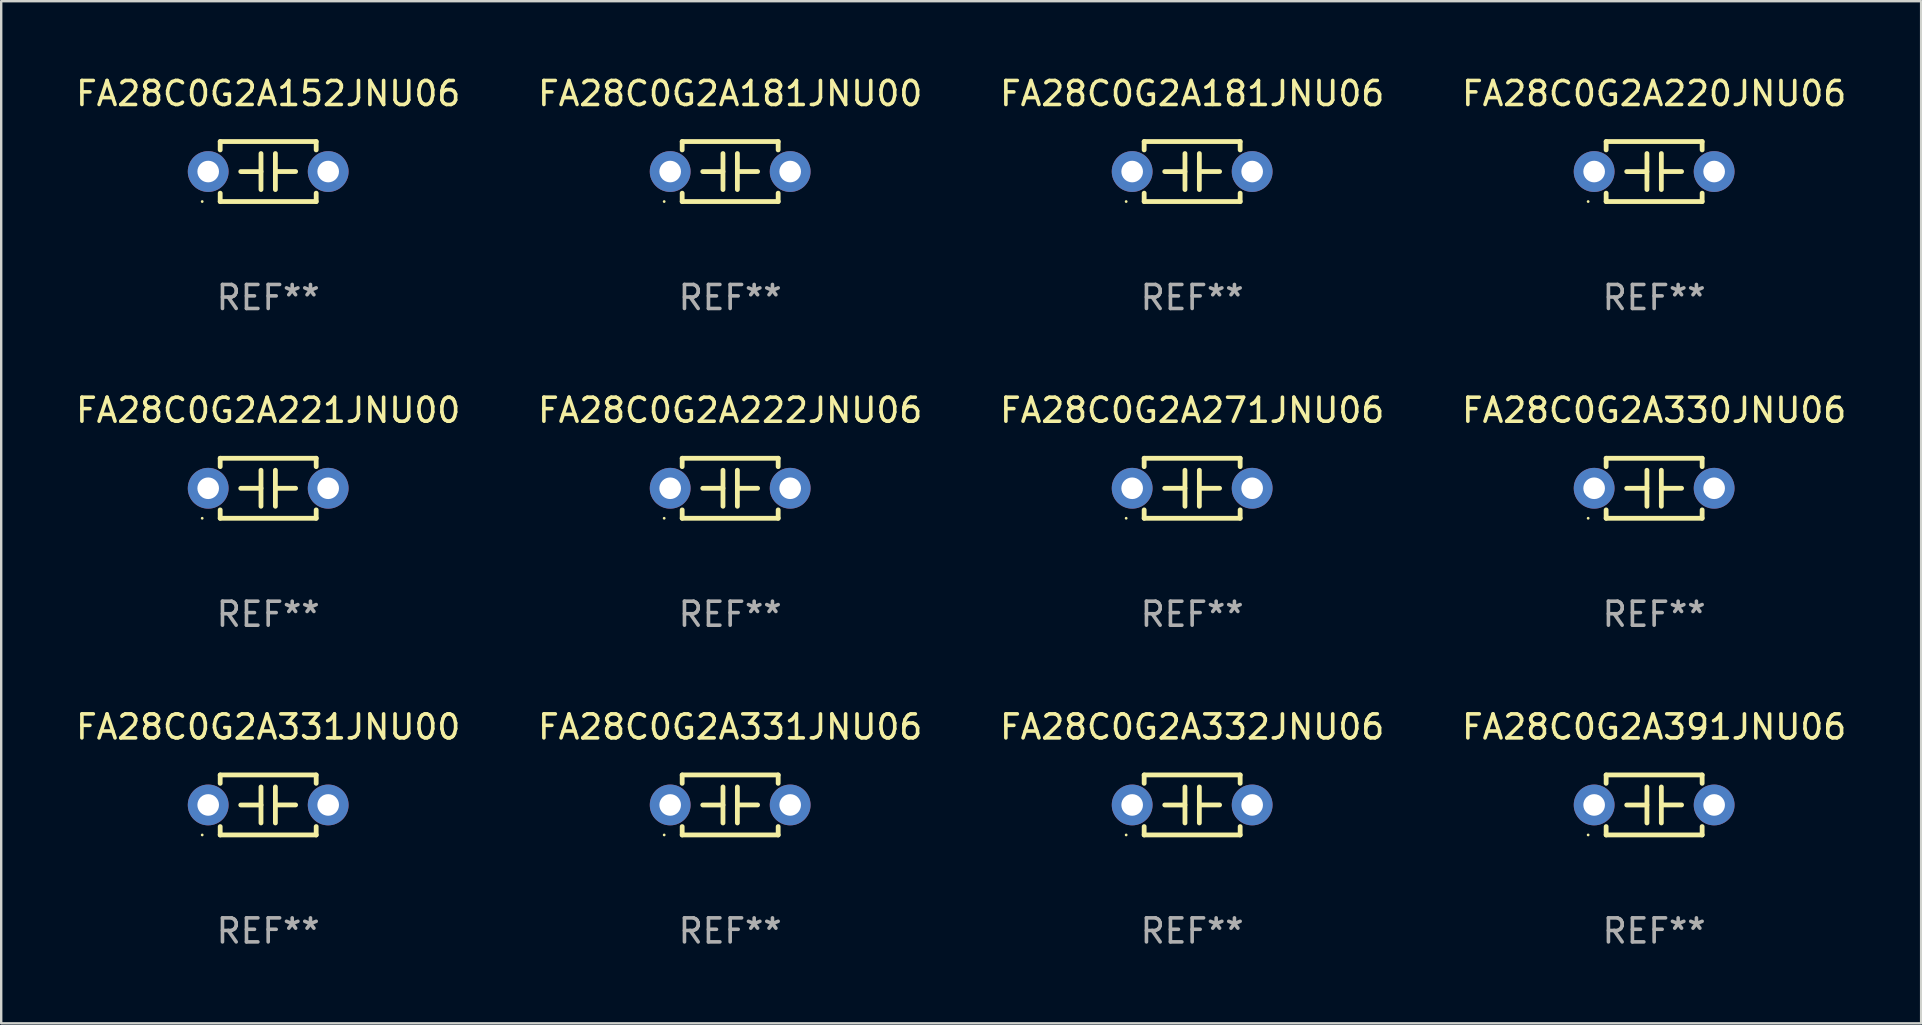
<source format=kicad_pcb>
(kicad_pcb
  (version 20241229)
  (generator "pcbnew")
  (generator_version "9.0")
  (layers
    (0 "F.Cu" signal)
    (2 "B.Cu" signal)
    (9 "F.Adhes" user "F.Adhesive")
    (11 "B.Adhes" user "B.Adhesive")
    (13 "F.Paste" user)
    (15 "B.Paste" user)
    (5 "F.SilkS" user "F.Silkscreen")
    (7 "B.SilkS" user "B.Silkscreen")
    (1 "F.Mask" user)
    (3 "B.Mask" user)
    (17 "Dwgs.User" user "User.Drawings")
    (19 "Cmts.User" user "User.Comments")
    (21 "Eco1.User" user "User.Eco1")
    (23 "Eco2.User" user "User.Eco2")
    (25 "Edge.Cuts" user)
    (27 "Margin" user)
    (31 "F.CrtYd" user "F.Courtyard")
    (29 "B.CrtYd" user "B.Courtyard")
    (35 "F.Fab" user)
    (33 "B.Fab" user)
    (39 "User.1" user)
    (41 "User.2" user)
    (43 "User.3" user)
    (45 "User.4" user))
  (footprint "FA28C0G2A221JNU00"
    (layer "F.Cu")
    (at 8.125 17.295)
    (property "Reference" "FA28C0G2A221JNU00" (at 0 -3.25 0) (layer "F.SilkS") (effects (font (size 1 1) (thickness 0.15))))
    (attr through_hole)
    (fp_line (start -2 -1.25) (end -2 -0.901) (stroke (width 0.2) (type solid)) (layer "F.SilkS"))
    (fp_line (start -2 -1.25) (end 2 -1.25) (stroke (width 0.2) (type solid)) (layer "F.SilkS"))
    (fp_line (start -2 0.901) (end -2 1.25) (stroke (width 0.2) (type solid)) (layer "F.SilkS"))
    (fp_line (start -0.3 -0.75) (end -0.3 0.75) (stroke (width 0.2) (type solid)) (layer "F.SilkS"))
    (fp_line (start -0.3 0.001) (end -1.143 0.001) (stroke (width 0.2) (type solid)) (layer "F.SilkS"))
    (fp_line (start 0.3 -0.001) (end 1.143 -0.001) (stroke (width 0.2) (type solid)) (layer "F.SilkS"))
    (fp_line (start 0.3 0.75) (end 0.3 -0.75) (stroke (width 0.2) (type solid)) (layer "F.SilkS"))
    (fp_line (start 2 -1.25) (end 2 -0.901) (stroke (width 0.2) (type solid)) (layer "F.SilkS"))
    (fp_line (start 2 0.901) (end 2 1.25) (stroke (width 0.2) (type solid)) (layer "F.SilkS"))
    (fp_line (start 2 1.25) (end -2 1.25) (stroke (width 0.2) (type solid)) (layer "F.SilkS"))
    (fp_circle (center -2.75 1.25) (end -2.72 1.25) (stroke (width 0.06) (type solid)) (fill no) (layer "F.SilkS"))
    (fp_text user "REF**" (at 0 5.25 0) (layer "F.Fab") (effects (font (size 1 1) (thickness 0.15))))
    (pad "1" thru_hole circle (at -2.5 0) (size 1.7 1.7) (drill 0.9) (layers "*.Cu" "*.Mask"))
    (pad "2" thru_hole circle (at 2.5 0) (size 1.7 1.7) (drill 0.9) (layers "*.Cu" "*.Mask")))
  (footprint "FA28C0G2A330JNU06"
    (layer "F.Cu")
    (at 65.875 17.295)
    (property "Reference" "FA28C0G2A330JNU06" (at 0 -3.25 0) (layer "F.SilkS") (effects (font (size 1 1) (thickness 0.15))))
    (attr through_hole)
    (fp_line (start -2 -1.25) (end -2 -0.901) (stroke (width 0.2) (type solid)) (layer "F.SilkS"))
    (fp_line (start -2 -1.25) (end 2 -1.25) (stroke (width 0.2) (type solid)) (layer "F.SilkS"))
    (fp_line (start -2 0.901) (end -2 1.25) (stroke (width 0.2) (type solid)) (layer "F.SilkS"))
    (fp_line (start -0.3 -0.75) (end -0.3 0.75) (stroke (width 0.2) (type solid)) (layer "F.SilkS"))
    (fp_line (start -0.3 0.001) (end -1.143 0.001) (stroke (width 0.2) (type solid)) (layer "F.SilkS"))
    (fp_line (start 0.3 -0.001) (end 1.143 -0.001) (stroke (width 0.2) (type solid)) (layer "F.SilkS"))
    (fp_line (start 0.3 0.75) (end 0.3 -0.75) (stroke (width 0.2) (type solid)) (layer "F.SilkS"))
    (fp_line (start 2 -1.25) (end 2 -0.901) (stroke (width 0.2) (type solid)) (layer "F.SilkS"))
    (fp_line (start 2 0.901) (end 2 1.25) (stroke (width 0.2) (type solid)) (layer "F.SilkS"))
    (fp_line (start 2 1.25) (end -2 1.25) (stroke (width 0.2) (type solid)) (layer "F.SilkS"))
    (fp_circle (center -2.75 1.25) (end -2.72 1.25) (stroke (width 0.06) (type solid)) (fill no) (layer "F.SilkS"))
    (fp_text user "REF**" (at 0 5.25 0) (layer "F.Fab") (effects (font (size 1 1) (thickness 0.15))))
    (pad "1" thru_hole circle (at -2.5 0) (size 1.7 1.7) (drill 0.9) (layers "*.Cu" "*.Mask"))
    (pad "2" thru_hole circle (at 2.5 0) (size 1.7 1.7) (drill 0.9) (layers "*.Cu" "*.Mask")))
  (footprint "FA28C0G2A181JNU00"
    (layer "F.Cu")
    (at 27.375 4.098)
    (property "Reference" "FA28C0G2A181JNU00" (at 0 -3.25 0) (layer "F.SilkS") (effects (font (size 1 1) (thickness 0.15))))
    (attr through_hole)
    (fp_line (start -2 -1.25) (end -2 -0.901) (stroke (width 0.2) (type solid)) (layer "F.SilkS"))
    (fp_line (start -2 -1.25) (end 2 -1.25) (stroke (width 0.2) (type solid)) (layer "F.SilkS"))
    (fp_line (start -2 0.901) (end -2 1.25) (stroke (width 0.2) (type solid)) (layer "F.SilkS"))
    (fp_line (start -0.3 -0.75) (end -0.3 0.75) (stroke (width 0.2) (type solid)) (layer "F.SilkS"))
    (fp_line (start -0.3 0.001) (end -1.143 0.001) (stroke (width 0.2) (type solid)) (layer "F.SilkS"))
    (fp_line (start 0.3 -0.001) (end 1.143 -0.001) (stroke (width 0.2) (type solid)) (layer "F.SilkS"))
    (fp_line (start 0.3 0.75) (end 0.3 -0.75) (stroke (width 0.2) (type solid)) (layer "F.SilkS"))
    (fp_line (start 2 -1.25) (end 2 -0.901) (stroke (width 0.2) (type solid)) (layer "F.SilkS"))
    (fp_line (start 2 0.901) (end 2 1.25) (stroke (width 0.2) (type solid)) (layer "F.SilkS"))
    (fp_line (start 2 1.25) (end -2 1.25) (stroke (width 0.2) (type solid)) (layer "F.SilkS"))
    (fp_circle (center -2.75 1.25) (end -2.72 1.25) (stroke (width 0.06) (type solid)) (fill no) (layer "F.SilkS"))
    (fp_text user "REF**" (at 0 5.25 0) (layer "F.Fab") (effects (font (size 1 1) (thickness 0.15))))
    (pad "1" thru_hole circle (at -2.5 0) (size 1.7 1.7) (drill 0.9) (layers "*.Cu" "*.Mask"))
    (pad "2" thru_hole circle (at 2.5 0) (size 1.7 1.7) (drill 0.9) (layers "*.Cu" "*.Mask")))
  (footprint "FA28C0G2A271JNU06"
    (layer "F.Cu")
    (at 46.625 17.295)
    (property "Reference" "FA28C0G2A271JNU06" (at 0 -3.25 0) (layer "F.SilkS") (effects (font (size 1 1) (thickness 0.15))))
    (attr through_hole)
    (fp_line (start -2 -1.25) (end -2 -0.901) (stroke (width 0.2) (type solid)) (layer "F.SilkS"))
    (fp_line (start -2 -1.25) (end 2 -1.25) (stroke (width 0.2) (type solid)) (layer "F.SilkS"))
    (fp_line (start -2 0.901) (end -2 1.25) (stroke (width 0.2) (type solid)) (layer "F.SilkS"))
    (fp_line (start -0.3 -0.75) (end -0.3 0.75) (stroke (width 0.2) (type solid)) (layer "F.SilkS"))
    (fp_line (start -0.3 0.001) (end -1.143 0.001) (stroke (width 0.2) (type solid)) (layer "F.SilkS"))
    (fp_line (start 0.3 -0.001) (end 1.143 -0.001) (stroke (width 0.2) (type solid)) (layer "F.SilkS"))
    (fp_line (start 0.3 0.75) (end 0.3 -0.75) (stroke (width 0.2) (type solid)) (layer "F.SilkS"))
    (fp_line (start 2 -1.25) (end 2 -0.901) (stroke (width 0.2) (type solid)) (layer "F.SilkS"))
    (fp_line (start 2 0.901) (end 2 1.25) (stroke (width 0.2) (type solid)) (layer "F.SilkS"))
    (fp_line (start 2 1.25) (end -2 1.25) (stroke (width 0.2) (type solid)) (layer "F.SilkS"))
    (fp_circle (center -2.75 1.25) (end -2.72 1.25) (stroke (width 0.06) (type solid)) (fill no) (layer "F.SilkS"))
    (fp_text user "REF**" (at 0 5.25 0) (layer "F.Fab") (effects (font (size 1 1) (thickness 0.15))))
    (pad "1" thru_hole circle (at -2.5 0) (size 1.7 1.7) (drill 0.9) (layers "*.Cu" "*.Mask"))
    (pad "2" thru_hole circle (at 2.5 0) (size 1.7 1.7) (drill 0.9) (layers "*.Cu" "*.Mask")))
  (footprint "FA28C0G2A391JNU06"
    (layer "F.Cu")
    (at 65.875 30.491)
    (property "Reference" "FA28C0G2A391JNU06" (at 0 -3.25 0) (layer "F.SilkS") (effects (font (size 1 1) (thickness 0.15))))
    (attr through_hole)
    (fp_line (start -2 -1.25) (end -2 -0.901) (stroke (width 0.2) (type solid)) (layer "F.SilkS"))
    (fp_line (start -2 -1.25) (end 2 -1.25) (stroke (width 0.2) (type solid)) (layer "F.SilkS"))
    (fp_line (start -2 0.901) (end -2 1.25) (stroke (width 0.2) (type solid)) (layer "F.SilkS"))
    (fp_line (start -0.3 -0.75) (end -0.3 0.75) (stroke (width 0.2) (type solid)) (layer "F.SilkS"))
    (fp_line (start -0.3 0.001) (end -1.143 0.001) (stroke (width 0.2) (type solid)) (layer "F.SilkS"))
    (fp_line (start 0.3 -0.001) (end 1.143 -0.001) (stroke (width 0.2) (type solid)) (layer "F.SilkS"))
    (fp_line (start 0.3 0.75) (end 0.3 -0.75) (stroke (width 0.2) (type solid)) (layer "F.SilkS"))
    (fp_line (start 2 -1.25) (end 2 -0.901) (stroke (width 0.2) (type solid)) (layer "F.SilkS"))
    (fp_line (start 2 0.901) (end 2 1.25) (stroke (width 0.2) (type solid)) (layer "F.SilkS"))
    (fp_line (start 2 1.25) (end -2 1.25) (stroke (width 0.2) (type solid)) (layer "F.SilkS"))
    (fp_circle (center -2.75 1.25) (end -2.72 1.25) (stroke (width 0.06) (type solid)) (fill no) (layer "F.SilkS"))
    (fp_text user "REF**" (at 0 5.25 0) (layer "F.Fab") (effects (font (size 1 1) (thickness 0.15))))
    (pad "1" thru_hole circle (at -2.5 0) (size 1.7 1.7) (drill 0.9) (layers "*.Cu" "*.Mask"))
    (pad "2" thru_hole circle (at 2.5 0) (size 1.7 1.7) (drill 0.9) (layers "*.Cu" "*.Mask")))
  (footprint "FA28C0G2A331JNU00"
    (layer "F.Cu")
    (at 8.125 30.491)
    (property "Reference" "FA28C0G2A331JNU00" (at 0 -3.25 0) (layer "F.SilkS") (effects (font (size 1 1) (thickness 0.15))))
    (attr through_hole)
    (fp_line (start -2 -1.25) (end -2 -0.901) (stroke (width 0.2) (type solid)) (layer "F.SilkS"))
    (fp_line (start -2 -1.25) (end 2 -1.25) (stroke (width 0.2) (type solid)) (layer "F.SilkS"))
    (fp_line (start -2 0.901) (end -2 1.25) (stroke (width 0.2) (type solid)) (layer "F.SilkS"))
    (fp_line (start -0.3 -0.75) (end -0.3 0.75) (stroke (width 0.2) (type solid)) (layer "F.SilkS"))
    (fp_line (start -0.3 0.001) (end -1.143 0.001) (stroke (width 0.2) (type solid)) (layer "F.SilkS"))
    (fp_line (start 0.3 -0.001) (end 1.143 -0.001) (stroke (width 0.2) (type solid)) (layer "F.SilkS"))
    (fp_line (start 0.3 0.75) (end 0.3 -0.75) (stroke (width 0.2) (type solid)) (layer "F.SilkS"))
    (fp_line (start 2 -1.25) (end 2 -0.901) (stroke (width 0.2) (type solid)) (layer "F.SilkS"))
    (fp_line (start 2 0.901) (end 2 1.25) (stroke (width 0.2) (type solid)) (layer "F.SilkS"))
    (fp_line (start 2 1.25) (end -2 1.25) (stroke (width 0.2) (type solid)) (layer "F.SilkS"))
    (fp_circle (center -2.75 1.25) (end -2.72 1.25) (stroke (width 0.06) (type solid)) (fill no) (layer "F.SilkS"))
    (fp_text user "REF**" (at 0 5.25 0) (layer "F.Fab") (effects (font (size 1 1) (thickness 0.15))))
    (pad "1" thru_hole circle (at -2.5 0) (size 1.7 1.7) (drill 0.9) (layers "*.Cu" "*.Mask"))
    (pad "2" thru_hole circle (at 2.5 0) (size 1.7 1.7) (drill 0.9) (layers "*.Cu" "*.Mask")))
  (footprint "FA28C0G2A181JNU06"
    (layer "F.Cu")
    (at 46.625 4.098)
    (property "Reference" "FA28C0G2A181JNU06" (at 0 -3.25 0) (layer "F.SilkS") (effects (font (size 1 1) (thickness 0.15))))
    (attr through_hole)
    (fp_line (start -2 -1.25) (end -2 -0.901) (stroke (width 0.2) (type solid)) (layer "F.SilkS"))
    (fp_line (start -2 -1.25) (end 2 -1.25) (stroke (width 0.2) (type solid)) (layer "F.SilkS"))
    (fp_line (start -2 0.901) (end -2 1.25) (stroke (width 0.2) (type solid)) (layer "F.SilkS"))
    (fp_line (start -0.3 -0.75) (end -0.3 0.75) (stroke (width 0.2) (type solid)) (layer "F.SilkS"))
    (fp_line (start -0.3 0.001) (end -1.143 0.001) (stroke (width 0.2) (type solid)) (layer "F.SilkS"))
    (fp_line (start 0.3 -0.001) (end 1.143 -0.001) (stroke (width 0.2) (type solid)) (layer "F.SilkS"))
    (fp_line (start 0.3 0.75) (end 0.3 -0.75) (stroke (width 0.2) (type solid)) (layer "F.SilkS"))
    (fp_line (start 2 -1.25) (end 2 -0.901) (stroke (width 0.2) (type solid)) (layer "F.SilkS"))
    (fp_line (start 2 0.901) (end 2 1.25) (stroke (width 0.2) (type solid)) (layer "F.SilkS"))
    (fp_line (start 2 1.25) (end -2 1.25) (stroke (width 0.2) (type solid)) (layer "F.SilkS"))
    (fp_circle (center -2.75 1.25) (end -2.72 1.25) (stroke (width 0.06) (type solid)) (fill no) (layer "F.SilkS"))
    (fp_text user "REF**" (at 0 5.25 0) (layer "F.Fab") (effects (font (size 1 1) (thickness 0.15))))
    (pad "1" thru_hole circle (at -2.5 0) (size 1.7 1.7) (drill 0.9) (layers "*.Cu" "*.Mask"))
    (pad "2" thru_hole circle (at 2.5 0) (size 1.7 1.7) (drill 0.9) (layers "*.Cu" "*.Mask")))
  (footprint "FA28C0G2A332JNU06"
    (layer "F.Cu")
    (at 46.625 30.491)
    (property "Reference" "FA28C0G2A332JNU06" (at 0 -3.25 0) (layer "F.SilkS") (effects (font (size 1 1) (thickness 0.15))))
    (attr through_hole)
    (fp_line (start -2 -1.25) (end -2 -0.901) (stroke (width 0.2) (type solid)) (layer "F.SilkS"))
    (fp_line (start -2 -1.25) (end 2 -1.25) (stroke (width 0.2) (type solid)) (layer "F.SilkS"))
    (fp_line (start -2 0.901) (end -2 1.25) (stroke (width 0.2) (type solid)) (layer "F.SilkS"))
    (fp_line (start -0.3 -0.75) (end -0.3 0.75) (stroke (width 0.2) (type solid)) (layer "F.SilkS"))
    (fp_line (start -0.3 0.001) (end -1.143 0.001) (stroke (width 0.2) (type solid)) (layer "F.SilkS"))
    (fp_line (start 0.3 -0.001) (end 1.143 -0.001) (stroke (width 0.2) (type solid)) (layer "F.SilkS"))
    (fp_line (start 0.3 0.75) (end 0.3 -0.75) (stroke (width 0.2) (type solid)) (layer "F.SilkS"))
    (fp_line (start 2 -1.25) (end 2 -0.901) (stroke (width 0.2) (type solid)) (layer "F.SilkS"))
    (fp_line (start 2 0.901) (end 2 1.25) (stroke (width 0.2) (type solid)) (layer "F.SilkS"))
    (fp_line (start 2 1.25) (end -2 1.25) (stroke (width 0.2) (type solid)) (layer "F.SilkS"))
    (fp_circle (center -2.75 1.25) (end -2.72 1.25) (stroke (width 0.06) (type solid)) (fill no) (layer "F.SilkS"))
    (fp_text user "REF**" (at 0 5.25 0) (layer "F.Fab") (effects (font (size 1 1) (thickness 0.15))))
    (pad "1" thru_hole circle (at -2.5 0) (size 1.7 1.7) (drill 0.9) (layers "*.Cu" "*.Mask"))
    (pad "2" thru_hole circle (at 2.5 0) (size 1.7 1.7) (drill 0.9) (layers "*.Cu" "*.Mask")))
  (footprint "FA28C0G2A331JNU06"
    (layer "F.Cu")
    (at 27.375 30.491)
    (property "Reference" "FA28C0G2A331JNU06" (at 0 -3.25 0) (layer "F.SilkS") (effects (font (size 1 1) (thickness 0.15))))
    (attr through_hole)
    (fp_line (start -2 -1.25) (end -2 -0.901) (stroke (width 0.2) (type solid)) (layer "F.SilkS"))
    (fp_line (start -2 -1.25) (end 2 -1.25) (stroke (width 0.2) (type solid)) (layer "F.SilkS"))
    (fp_line (start -2 0.901) (end -2 1.25) (stroke (width 0.2) (type solid)) (layer "F.SilkS"))
    (fp_line (start -0.3 -0.75) (end -0.3 0.75) (stroke (width 0.2) (type solid)) (layer "F.SilkS"))
    (fp_line (start -0.3 0.001) (end -1.143 0.001) (stroke (width 0.2) (type solid)) (layer "F.SilkS"))
    (fp_line (start 0.3 -0.001) (end 1.143 -0.001) (stroke (width 0.2) (type solid)) (layer "F.SilkS"))
    (fp_line (start 0.3 0.75) (end 0.3 -0.75) (stroke (width 0.2) (type solid)) (layer "F.SilkS"))
    (fp_line (start 2 -1.25) (end 2 -0.901) (stroke (width 0.2) (type solid)) (layer "F.SilkS"))
    (fp_line (start 2 0.901) (end 2 1.25) (stroke (width 0.2) (type solid)) (layer "F.SilkS"))
    (fp_line (start 2 1.25) (end -2 1.25) (stroke (width 0.2) (type solid)) (layer "F.SilkS"))
    (fp_circle (center -2.75 1.25) (end -2.72 1.25) (stroke (width 0.06) (type solid)) (fill no) (layer "F.SilkS"))
    (fp_text user "REF**" (at 0 5.25 0) (layer "F.Fab") (effects (font (size 1 1) (thickness 0.15))))
    (pad "1" thru_hole circle (at -2.5 0) (size 1.7 1.7) (drill 0.9) (layers "*.Cu" "*.Mask"))
    (pad "2" thru_hole circle (at 2.5 0) (size 1.7 1.7) (drill 0.9) (layers "*.Cu" "*.Mask")))
  (footprint "FA28C0G2A152JNU06"
    (layer "F.Cu")
    (at 8.125 4.098)
    (property "Reference" "FA28C0G2A152JNU06" (at 0 -3.25 0) (layer "F.SilkS") (effects (font (size 1 1) (thickness 0.15))))
    (attr through_hole)
    (fp_line (start -2 -1.25) (end -2 -0.901) (stroke (width 0.2) (type solid)) (layer "F.SilkS"))
    (fp_line (start -2 -1.25) (end 2 -1.25) (stroke (width 0.2) (type solid)) (layer "F.SilkS"))
    (fp_line (start -2 0.901) (end -2 1.25) (stroke (width 0.2) (type solid)) (layer "F.SilkS"))
    (fp_line (start -0.3 -0.75) (end -0.3 0.75) (stroke (width 0.2) (type solid)) (layer "F.SilkS"))
    (fp_line (start -0.3 0.001) (end -1.143 0.001) (stroke (width 0.2) (type solid)) (layer "F.SilkS"))
    (fp_line (start 0.3 -0.001) (end 1.143 -0.001) (stroke (width 0.2) (type solid)) (layer "F.SilkS"))
    (fp_line (start 0.3 0.75) (end 0.3 -0.75) (stroke (width 0.2) (type solid)) (layer "F.SilkS"))
    (fp_line (start 2 -1.25) (end 2 -0.901) (stroke (width 0.2) (type solid)) (layer "F.SilkS"))
    (fp_line (start 2 0.901) (end 2 1.25) (stroke (width 0.2) (type solid)) (layer "F.SilkS"))
    (fp_line (start 2 1.25) (end -2 1.25) (stroke (width 0.2) (type solid)) (layer "F.SilkS"))
    (fp_circle (center -2.75 1.25) (end -2.72 1.25) (stroke (width 0.06) (type solid)) (fill no) (layer "F.SilkS"))
    (fp_text user "REF**" (at 0 5.25 0) (layer "F.Fab") (effects (font (size 1 1) (thickness 0.15))))
    (pad "1" thru_hole circle (at -2.5 0) (size 1.7 1.7) (drill 0.9) (layers "*.Cu" "*.Mask"))
    (pad "2" thru_hole circle (at 2.5 0) (size 1.7 1.7) (drill 0.9) (layers "*.Cu" "*.Mask")))
  (footprint "FA28C0G2A222JNU06"
    (layer "F.Cu")
    (at 27.375 17.295)
    (property "Reference" "FA28C0G2A222JNU06" (at 0 -3.25 0) (layer "F.SilkS") (effects (font (size 1 1) (thickness 0.15))))
    (attr through_hole)
    (fp_line (start -2 -1.25) (end -2 -0.901) (stroke (width 0.2) (type solid)) (layer "F.SilkS"))
    (fp_line (start -2 -1.25) (end 2 -1.25) (stroke (width 0.2) (type solid)) (layer "F.SilkS"))
    (fp_line (start -2 0.901) (end -2 1.25) (stroke (width 0.2) (type solid)) (layer "F.SilkS"))
    (fp_line (start -0.3 -0.75) (end -0.3 0.75) (stroke (width 0.2) (type solid)) (layer "F.SilkS"))
    (fp_line (start -0.3 0.001) (end -1.143 0.001) (stroke (width 0.2) (type solid)) (layer "F.SilkS"))
    (fp_line (start 0.3 -0.001) (end 1.143 -0.001) (stroke (width 0.2) (type solid)) (layer "F.SilkS"))
    (fp_line (start 0.3 0.75) (end 0.3 -0.75) (stroke (width 0.2) (type solid)) (layer "F.SilkS"))
    (fp_line (start 2 -1.25) (end 2 -0.901) (stroke (width 0.2) (type solid)) (layer "F.SilkS"))
    (fp_line (start 2 0.901) (end 2 1.25) (stroke (width 0.2) (type solid)) (layer "F.SilkS"))
    (fp_line (start 2 1.25) (end -2 1.25) (stroke (width 0.2) (type solid)) (layer "F.SilkS"))
    (fp_circle (center -2.75 1.25) (end -2.72 1.25) (stroke (width 0.06) (type solid)) (fill no) (layer "F.SilkS"))
    (fp_text user "REF**" (at 0 5.25 0) (layer "F.Fab") (effects (font (size 1 1) (thickness 0.15))))
    (pad "1" thru_hole circle (at -2.5 0) (size 1.7 1.7) (drill 0.9) (layers "*.Cu" "*.Mask"))
    (pad "2" thru_hole circle (at 2.5 0) (size 1.7 1.7) (drill 0.9) (layers "*.Cu" "*.Mask")))
  (footprint "FA28C0G2A220JNU06"
    (layer "F.Cu")
    (at 65.875 4.098)
    (property "Reference" "FA28C0G2A220JNU06" (at 0 -3.25 0) (layer "F.SilkS") (effects (font (size 1 1) (thickness 0.15))))
    (attr through_hole)
    (fp_line (start -2 -1.25) (end -2 -0.901) (stroke (width 0.2) (type solid)) (layer "F.SilkS"))
    (fp_line (start -2 -1.25) (end 2 -1.25) (stroke (width 0.2) (type solid)) (layer "F.SilkS"))
    (fp_line (start -2 0.901) (end -2 1.25) (stroke (width 0.2) (type solid)) (layer "F.SilkS"))
    (fp_line (start -0.3 -0.75) (end -0.3 0.75) (stroke (width 0.2) (type solid)) (layer "F.SilkS"))
    (fp_line (start -0.3 0.001) (end -1.143 0.001) (stroke (width 0.2) (type solid)) (layer "F.SilkS"))
    (fp_line (start 0.3 -0.001) (end 1.143 -0.001) (stroke (width 0.2) (type solid)) (layer "F.SilkS"))
    (fp_line (start 0.3 0.75) (end 0.3 -0.75) (stroke (width 0.2) (type solid)) (layer "F.SilkS"))
    (fp_line (start 2 -1.25) (end 2 -0.901) (stroke (width 0.2) (type solid)) (layer "F.SilkS"))
    (fp_line (start 2 0.901) (end 2 1.25) (stroke (width 0.2) (type solid)) (layer "F.SilkS"))
    (fp_line (start 2 1.25) (end -2 1.25) (stroke (width 0.2) (type solid)) (layer "F.SilkS"))
    (fp_circle (center -2.75 1.25) (end -2.72 1.25) (stroke (width 0.06) (type solid)) (fill no) (layer "F.SilkS"))
    (fp_text user "REF**" (at 0 5.25 0) (layer "F.Fab") (effects (font (size 1 1) (thickness 0.15))))
    (pad "1" thru_hole circle (at -2.5 0) (size 1.7 1.7) (drill 0.9) (layers "*.Cu" "*.Mask"))
    (pad "2" thru_hole circle (at 2.5 0) (size 1.7 1.7) (drill 0.9) (layers "*.Cu" "*.Mask")))
  (gr_rect
    (start -3 -3)
    (end 77 39.59)
    (stroke (width 0.1) (type default))
    (fill no)
    (layer "Edge.Cuts")))
</source>
